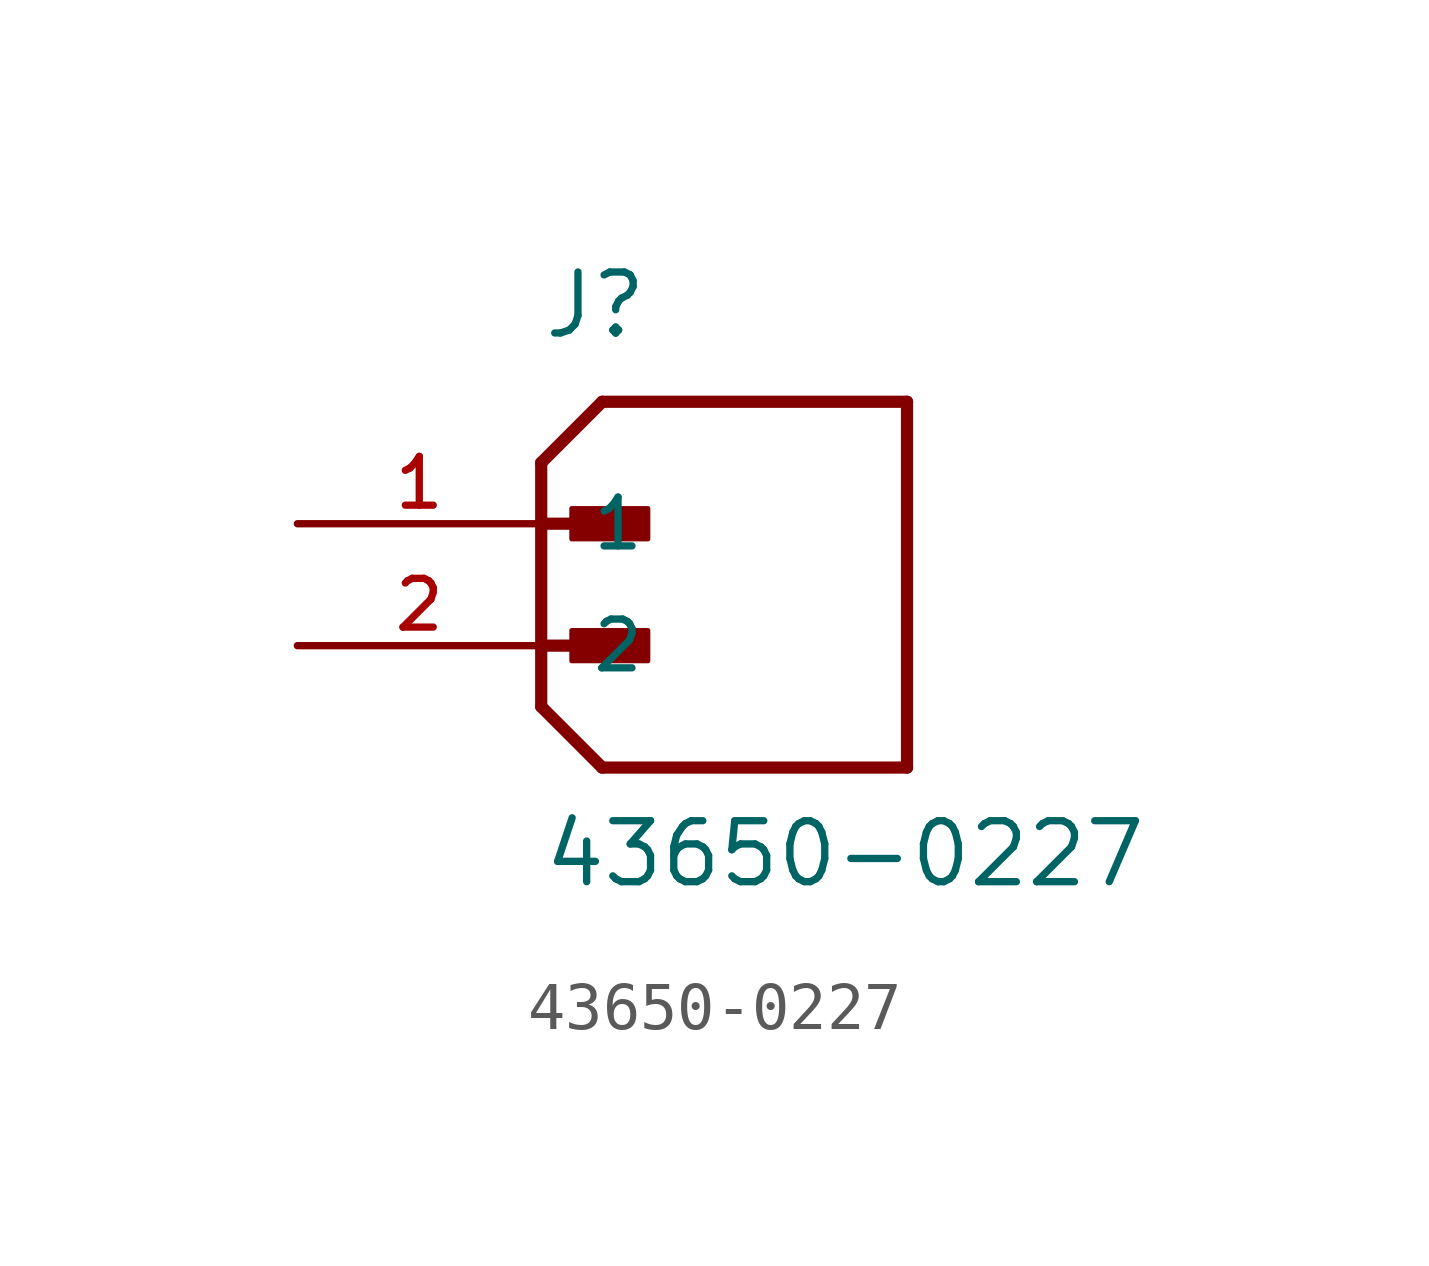
<source format=kicad_sym>
(kicad_symbol_lib
  (version 20220914)
  (generator kicad_symbol_editor)
  (symbol "43650-0227"
    (pin_names
      (offset 1.016))
    (property "Reference" "J"
      (at 0 3.81 0)
      (effects (font (size 1.27 1.27)) (justify left bottom)))
    (property "Value" "43650-0227"
      (at 0 -7.62 0)
      (effects (font (size 1.27 1.27)) (justify left bottom)))
    (symbol "43650-0227_0_0"
      (polyline (pts (xy 0 -3.81) (xy 1.27 -5.08)) (stroke (width 0.254) (type default)) (fill (type none)))
      (polyline (pts (xy 0 -2.54) (xy 1.905 -2.54)) (stroke (width 0.254) (type default)) (fill (type none)))
      (polyline (pts (xy 0 0) (xy 0 -3.81)) (stroke (width 0.254) (type default)) (fill (type none)))
      (polyline (pts (xy 0 0) (xy 1.905 0)) (stroke (width 0.254) (type default)) (fill (type none)))
      (polyline (pts (xy 0 1.27) (xy 0 0)) (stroke (width 0.254) (type default)) (fill (type none)))
      (polyline (pts (xy 0 1.27) (xy 1.27 2.54)) (stroke (width 0.254) (type default)) (fill (type none)))
      (polyline (pts (xy 1.27 -5.08) (xy 7.62 -5.08)) (stroke (width 0.254) (type default)) (fill (type none)))
      (polyline (pts (xy 7.62 -5.08) (xy 7.62 2.54)) (stroke (width 0.254) (type default)) (fill (type none)))
      (polyline (pts (xy 7.62 2.54) (xy 1.27 2.54)) (stroke (width 0.254) (type default)) (fill (type none)))
      (rectangle (start 0.635 -2.857) (end 2.223 -2.223) (stroke (width 0.1) (type default)) (fill (type outline)))
      (rectangle (start 0.635 -0.318) (end 2.223 0.318) (stroke (width 0.1) (type default)) (fill (type outline)))
      (pin passive line (at -5.08 0 0) (length 5.08) (name "1" (effects (font (size 1.016 1.016)))) (number "1" (effects (font (size 1.016 1.016)))))
      (pin passive line (at -5.08 -2.54 0) (length 5.08) (name "2" (effects (font (size 1.016 1.016)))) (number "2" (effects (font (size 1.016 1.016))))))))
</source>
